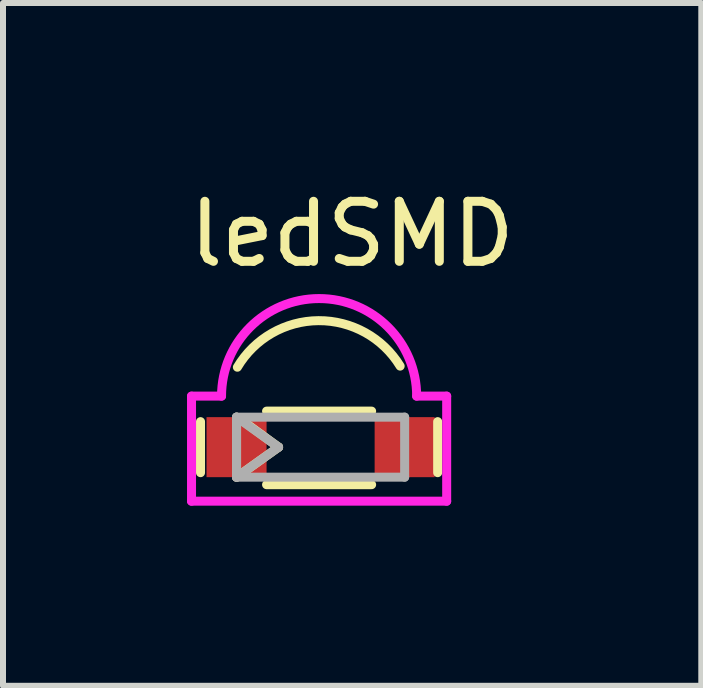
<source format=kicad_pcb>
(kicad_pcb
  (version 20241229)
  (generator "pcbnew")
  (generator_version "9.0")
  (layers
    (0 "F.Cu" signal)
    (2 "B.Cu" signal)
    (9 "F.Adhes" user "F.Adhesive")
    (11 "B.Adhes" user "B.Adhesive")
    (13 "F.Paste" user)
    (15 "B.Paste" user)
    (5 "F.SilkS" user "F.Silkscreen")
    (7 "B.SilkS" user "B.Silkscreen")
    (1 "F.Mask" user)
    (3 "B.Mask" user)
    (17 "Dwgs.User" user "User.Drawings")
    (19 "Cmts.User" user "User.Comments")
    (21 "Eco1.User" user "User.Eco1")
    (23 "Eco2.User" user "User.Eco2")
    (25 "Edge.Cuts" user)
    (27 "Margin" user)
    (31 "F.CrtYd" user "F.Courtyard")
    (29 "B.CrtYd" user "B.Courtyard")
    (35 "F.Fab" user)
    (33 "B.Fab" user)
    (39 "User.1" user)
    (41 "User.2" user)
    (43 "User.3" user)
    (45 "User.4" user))
  (footprint "ledSMD"
    (layer "F.Cu")
    (at 2.69 4.398)
    (property "Reference" "ledSMD" (at 0.125 -3.55 0) (layer "F.SilkS") (effects (font (size 1 1) (thickness 0.15))))
    (attr smd)
    (fp_line (start -2.4 -0.425) (end -2.4 0.425) (stroke (width 0.15) (type solid)) (layer "F.SilkS"))
    (fp_line (start -1.8 0.5) (end -1.8 -0.5) (stroke (width 0.15) (type solid)) (layer "F.SilkS"))
    (fp_line (start -1.75 -0.475) (end -1.1 0) (stroke (width 0.15) (type solid)) (layer "F.SilkS"))
    (fp_line (start -1.3 -0.6) (end 0.45 -0.6) (stroke (width 0.15) (type solid)) (layer "F.SilkS"))
    (fp_line (start -1.3 0.625) (end 0.45 0.625) (stroke (width 0.15) (type solid)) (layer "F.SilkS"))
    (fp_line (start -1.1 0) (end -1.8 0.5) (stroke (width 0.15) (type solid)) (layer "F.SilkS"))
    (fp_line (start 1.55 -0.425) (end 1.55 0.425) (stroke (width 0.15) (type solid)) (layer "F.SilkS"))
    (fp_arc (start -1.786089 -1.331572) (mid -0.435753 -2.107089) (end 0.924999 -1.349999) (stroke (width 0.15) (type solid)) (layer "F.SilkS"))
    (fp_line (start -2.55 -0.85) (end -2.55 0.9) (stroke (width 0.15) (type solid)) (layer "F.CrtYd"))
    (fp_line (start -2.55 -0.85) (end -2.05 -0.85) (stroke (width 0.15) (type solid)) (layer "F.CrtYd"))
    (fp_line (start -2.55 0.9) (end 1.7 0.9) (stroke (width 0.15) (type solid)) (layer "F.CrtYd"))
    (fp_line (start 1.2 -0.85) (end 1.7 -0.85) (stroke (width 0.15) (type solid)) (layer "F.CrtYd"))
    (fp_line (start 1.7 0.9) (end 1.7 -0.85) (stroke (width 0.15) (type solid)) (layer "F.CrtYd"))
    (fp_arc (start -2.05 -0.85) (mid -0.425 -2.475) (end 1.2 -0.85) (stroke (width 0.15) (type solid)) (layer "F.CrtYd"))
    (fp_line (start -1.8 -0.5) (end -1.1 0) (stroke (width 0.15) (type solid)) (layer "F.Fab"))
    (fp_line (start -1.8 -0.5) (end 1 -0.5) (stroke (width 0.15) (type solid)) (layer "F.Fab"))
    (fp_line (start -1.8 0.5) (end -1.8 -0.5) (stroke (width 0.15) (type solid)) (layer "F.Fab"))
    (fp_line (start -1.1 0) (end -1.8 0.5) (stroke (width 0.15) (type solid)) (layer "F.Fab"))
    (fp_line (start 1 -0.5) (end 1 0.5) (stroke (width 0.15) (type solid)) (layer "F.Fab"))
    (fp_line (start 1 0.5) (end -1.8 0.5) (stroke (width 0.15) (type solid)) (layer "F.Fab"))
    (pad "1" smd rect (at -1.8 0) (size 1 1) (layers "F.Cu" "F.Mask" "F.Paste"))
    (pad "2" smd rect (at 1 0) (size 1 1) (layers "F.Cu" "F.Mask" "F.Paste")))
  (gr_rect
    (start -3 -3)
    (end 8.631 8.373)
    (stroke (width 0.1) (type default))
    (fill no)
    (layer "Edge.Cuts")))
</source>
